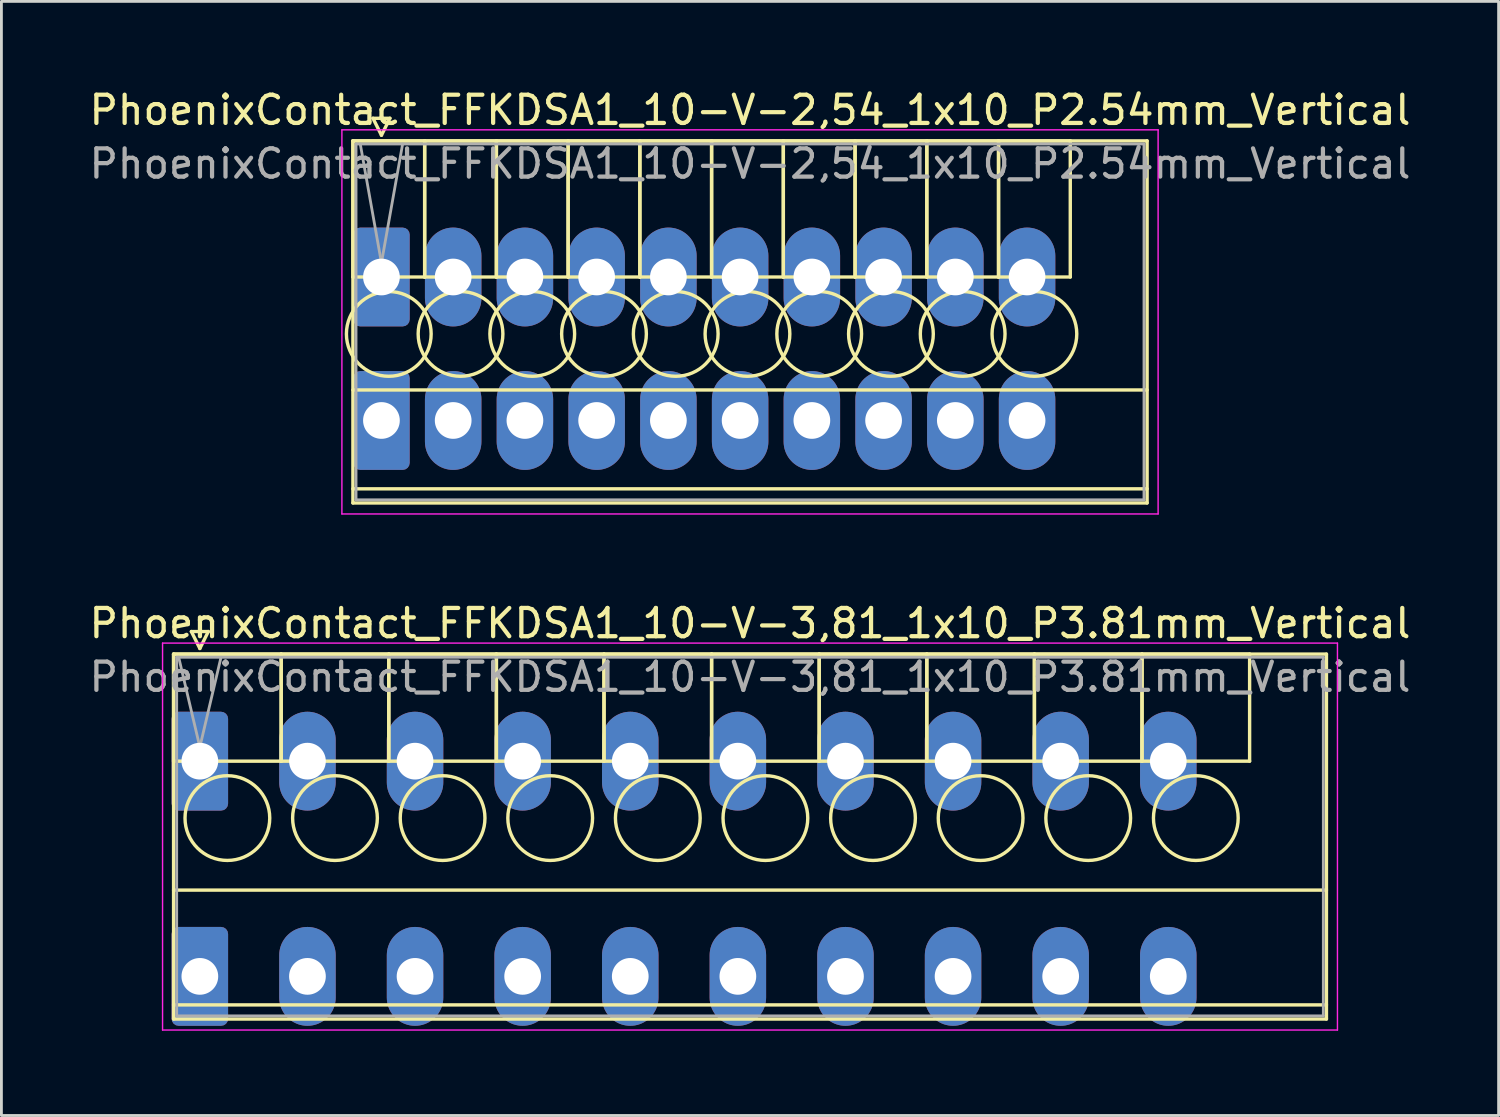
<source format=kicad_pcb>
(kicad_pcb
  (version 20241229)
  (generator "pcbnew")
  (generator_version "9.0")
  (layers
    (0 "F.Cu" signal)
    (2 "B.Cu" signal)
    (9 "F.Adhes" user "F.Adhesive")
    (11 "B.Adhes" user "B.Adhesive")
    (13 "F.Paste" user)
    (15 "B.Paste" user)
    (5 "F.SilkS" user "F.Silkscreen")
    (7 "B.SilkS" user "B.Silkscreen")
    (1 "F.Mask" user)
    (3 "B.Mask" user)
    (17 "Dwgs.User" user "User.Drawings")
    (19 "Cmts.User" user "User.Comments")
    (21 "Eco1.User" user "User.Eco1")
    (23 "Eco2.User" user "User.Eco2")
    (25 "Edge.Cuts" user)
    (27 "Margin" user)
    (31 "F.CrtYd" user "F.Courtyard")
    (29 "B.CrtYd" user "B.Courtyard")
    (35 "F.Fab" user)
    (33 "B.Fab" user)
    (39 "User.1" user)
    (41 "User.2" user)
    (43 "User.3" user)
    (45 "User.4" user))
  (footprint "PhoenixContact_FFKDSA1_10-V-2,54_1x10_P2.54mm_Vertical"
    (layer "F.Cu")
    (at 10.456 6.758)
    (property "Reference" "PhoenixContact_FFKDSA1_10-V-2,54_1x10_P2.54mm_Vertical" (at 13.05 -5.91 0) (layer "F.SilkS") (effects (font (size 1 1) (thickness 0.15))))
    (attr through_hole)
    (fp_line (start -1.01 -4.82) (end -1.01 0) (stroke (width 0.12) (type solid)) (layer "F.SilkS"))
    (fp_line (start -1.01 -4.82) (end -1.01 8) (stroke (width 0.12) (type solid)) (layer "F.SilkS"))
    (fp_line (start -1.01 0) (end 1.53 0) (stroke (width 0.12) (type solid)) (layer "F.SilkS"))
    (fp_line (start -1.01 4) (end 27.11 4) (stroke (width 0.12) (type solid)) (layer "F.SilkS"))
    (fp_line (start -1.01 7.5) (end 27.11 7.5) (stroke (width 0.12) (type solid)) (layer "F.SilkS"))
    (fp_line (start -1.01 8) (end 27.11 8) (stroke (width 0.12) (type solid)) (layer "F.SilkS"))
    (fp_line (start -0.3 -5.62) (end 0.3 -5.62) (stroke (width 0.12) (type solid)) (layer "F.SilkS"))
    (fp_line (start 0 -5.02) (end -0.3 -5.62) (stroke (width 0.12) (type solid)) (layer "F.SilkS"))
    (fp_line (start 0.3 -5.62) (end 0 -5.02) (stroke (width 0.12) (type solid)) (layer "F.SilkS"))
    (fp_line (start 1.53 -4.82) (end -1.01 -4.82) (stroke (width 0.12) (type solid)) (layer "F.SilkS"))
    (fp_line (start 1.53 -4.82) (end 1.53 0) (stroke (width 0.12) (type solid)) (layer "F.SilkS"))
    (fp_line (start 1.53 0) (end 1.53 -4.82) (stroke (width 0.12) (type solid)) (layer "F.SilkS"))
    (fp_line (start 1.53 0) (end 4.07 0) (stroke (width 0.12) (type solid)) (layer "F.SilkS"))
    (fp_line (start 4.07 -4.82) (end 1.53 -4.82) (stroke (width 0.12) (type solid)) (layer "F.SilkS"))
    (fp_line (start 4.07 -4.82) (end 4.07 0) (stroke (width 0.12) (type solid)) (layer "F.SilkS"))
    (fp_line (start 4.07 0) (end 4.07 -4.82) (stroke (width 0.12) (type solid)) (layer "F.SilkS"))
    (fp_line (start 4.07 0) (end 6.61 0) (stroke (width 0.12) (type solid)) (layer "F.SilkS"))
    (fp_line (start 6.61 -4.82) (end 4.07 -4.82) (stroke (width 0.12) (type solid)) (layer "F.SilkS"))
    (fp_line (start 6.61 -4.82) (end 6.61 0) (stroke (width 0.12) (type solid)) (layer "F.SilkS"))
    (fp_line (start 6.61 0) (end 6.61 -4.82) (stroke (width 0.12) (type solid)) (layer "F.SilkS"))
    (fp_line (start 6.61 0) (end 9.15 0) (stroke (width 0.12) (type solid)) (layer "F.SilkS"))
    (fp_line (start 9.15 -4.82) (end 6.61 -4.82) (stroke (width 0.12) (type solid)) (layer "F.SilkS"))
    (fp_line (start 9.15 -4.82) (end 9.15 0) (stroke (width 0.12) (type solid)) (layer "F.SilkS"))
    (fp_line (start 9.15 0) (end 9.15 -4.82) (stroke (width 0.12) (type solid)) (layer "F.SilkS"))
    (fp_line (start 9.15 0) (end 11.69 0) (stroke (width 0.12) (type solid)) (layer "F.SilkS"))
    (fp_line (start 11.69 -4.82) (end 9.15 -4.82) (stroke (width 0.12) (type solid)) (layer "F.SilkS"))
    (fp_line (start 11.69 -4.82) (end 11.69 0) (stroke (width 0.12) (type solid)) (layer "F.SilkS"))
    (fp_line (start 11.69 0) (end 11.69 -4.82) (stroke (width 0.12) (type solid)) (layer "F.SilkS"))
    (fp_line (start 11.69 0) (end 14.23 0) (stroke (width 0.12) (type solid)) (layer "F.SilkS"))
    (fp_line (start 14.23 -4.82) (end 11.69 -4.82) (stroke (width 0.12) (type solid)) (layer "F.SilkS"))
    (fp_line (start 14.23 -4.82) (end 14.23 0) (stroke (width 0.12) (type solid)) (layer "F.SilkS"))
    (fp_line (start 14.23 0) (end 14.23 -4.82) (stroke (width 0.12) (type solid)) (layer "F.SilkS"))
    (fp_line (start 14.23 0) (end 16.77 0) (stroke (width 0.12) (type solid)) (layer "F.SilkS"))
    (fp_line (start 16.77 -4.82) (end 14.23 -4.82) (stroke (width 0.12) (type solid)) (layer "F.SilkS"))
    (fp_line (start 16.77 -4.82) (end 16.77 0) (stroke (width 0.12) (type solid)) (layer "F.SilkS"))
    (fp_line (start 16.77 0) (end 16.77 -4.82) (stroke (width 0.12) (type solid)) (layer "F.SilkS"))
    (fp_line (start 16.77 0) (end 19.31 0) (stroke (width 0.12) (type solid)) (layer "F.SilkS"))
    (fp_line (start 19.31 -4.82) (end 16.77 -4.82) (stroke (width 0.12) (type solid)) (layer "F.SilkS"))
    (fp_line (start 19.31 -4.82) (end 19.31 0) (stroke (width 0.12) (type solid)) (layer "F.SilkS"))
    (fp_line (start 19.31 0) (end 19.31 -4.82) (stroke (width 0.12) (type solid)) (layer "F.SilkS"))
    (fp_line (start 19.31 0) (end 21.85 0) (stroke (width 0.12) (type solid)) (layer "F.SilkS"))
    (fp_line (start 21.85 -4.82) (end 19.31 -4.82) (stroke (width 0.12) (type solid)) (layer "F.SilkS"))
    (fp_line (start 21.85 -4.82) (end 21.85 0) (stroke (width 0.12) (type solid)) (layer "F.SilkS"))
    (fp_line (start 21.85 0) (end 21.85 -4.82) (stroke (width 0.12) (type solid)) (layer "F.SilkS"))
    (fp_line (start 21.85 0) (end 24.39 0) (stroke (width 0.12) (type solid)) (layer "F.SilkS"))
    (fp_line (start 24.39 -4.82) (end 21.85 -4.82) (stroke (width 0.12) (type solid)) (layer "F.SilkS"))
    (fp_line (start 24.39 0) (end 24.39 -4.82) (stroke (width 0.12) (type solid)) (layer "F.SilkS"))
    (fp_line (start 27.11 -4.82) (end -1.01 -4.82) (stroke (width 0.12) (type solid)) (layer "F.SilkS"))
    (fp_line (start 27.11 8) (end 27.11 -4.82) (stroke (width 0.12) (type solid)) (layer "F.SilkS"))
    (fp_circle (center 0.26 2.015) (end 1.76 2.015) (stroke (width 0.12) (type solid)) (fill no) (layer "F.SilkS"))
    (fp_circle (center 2.8 2.015) (end 4.3 2.015) (stroke (width 0.12) (type solid)) (fill no) (layer "F.SilkS"))
    (fp_circle (center 5.34 2.015) (end 6.84 2.015) (stroke (width 0.12) (type solid)) (fill no) (layer "F.SilkS"))
    (fp_circle (center 7.88 2.015) (end 9.38 2.015) (stroke (width 0.12) (type solid)) (fill no) (layer "F.SilkS"))
    (fp_circle (center 10.42 2.015) (end 11.92 2.015) (stroke (width 0.12) (type solid)) (fill no) (layer "F.SilkS"))
    (fp_circle (center 12.96 2.015) (end 14.46 2.015) (stroke (width 0.12) (type solid)) (fill no) (layer "F.SilkS"))
    (fp_circle (center 15.5 2.015) (end 17 2.015) (stroke (width 0.12) (type solid)) (fill no) (layer "F.SilkS"))
    (fp_circle (center 18.04 2.015) (end 19.54 2.015) (stroke (width 0.12) (type solid)) (fill no) (layer "F.SilkS"))
    (fp_circle (center 20.58 2.015) (end 22.08 2.015) (stroke (width 0.12) (type solid)) (fill no) (layer "F.SilkS"))
    (fp_circle (center 23.12 2.015) (end 24.62 2.015) (stroke (width 0.12) (type solid)) (fill no) (layer "F.SilkS"))
    (fp_line (start -1.4 -5.21) (end -1.4 8.39) (stroke (width 0.05) (type solid)) (layer "F.CrtYd"))
    (fp_line (start -1.4 8.39) (end 27.5 8.39) (stroke (width 0.05) (type solid)) (layer "F.CrtYd"))
    (fp_line (start 27.5 -5.21) (end -1.4 -5.21) (stroke (width 0.05) (type solid)) (layer "F.CrtYd"))
    (fp_line (start 27.5 8.39) (end 27.5 -5.21) (stroke (width 0.05) (type solid)) (layer "F.CrtYd"))
    (fp_line (start -0.9 -4.71) (end -0.9 7.89) (stroke (width 0.1) (type solid)) (layer "F.Fab"))
    (fp_line (start -0.9 7.89) (end 27 7.89) (stroke (width 0.1) (type solid)) (layer "F.Fab"))
    (fp_line (start 0 -0.5) (end -0.75 -4.71) (stroke (width 0.1) (type solid)) (layer "F.Fab"))
    (fp_line (start 0.75 -4.71) (end 0 -0.5) (stroke (width 0.1) (type solid)) (layer "F.Fab"))
    (fp_line (start 27 -4.71) (end -0.9 -4.71) (stroke (width 0.1) (type solid)) (layer "F.Fab"))
    (fp_line (start 27 7.89) (end 27 -4.71) (stroke (width 0.1) (type solid)) (layer "F.Fab"))
    (fp_text user "${REFERENCE}" (at 13.05 -4.01 0) (layer "F.Fab") (effects (font (size 1 1) (thickness 0.15))))
    (pad "1" thru_hole roundrect (at 0 0) (size 2 3.5) (drill 1.3) (layers "*.Cu" "*.Mask") (roundrect_rratio 0.125))
    (pad "1" thru_hole roundrect (at 0 5.08) (size 2 3.5) (drill 1.3) (layers "*.Cu" "*.Mask") (roundrect_rratio 0.125))
    (pad "2" thru_hole oval (at 2.54 0) (size 2 3.5) (drill 1.3) (layers "*.Cu" "*.Mask"))
    (pad "2" thru_hole oval (at 2.54 5.08) (size 2 3.5) (drill 1.3) (layers "*.Cu" "*.Mask"))
    (pad "3" thru_hole oval (at 5.08 0) (size 2 3.5) (drill 1.3) (layers "*.Cu" "*.Mask"))
    (pad "3" thru_hole oval (at 5.08 5.08) (size 2 3.5) (drill 1.3) (layers "*.Cu" "*.Mask"))
    (pad "4" thru_hole oval (at 7.62 0) (size 2 3.5) (drill 1.3) (layers "*.Cu" "*.Mask"))
    (pad "4" thru_hole oval (at 7.62 5.08) (size 2 3.5) (drill 1.3) (layers "*.Cu" "*.Mask"))
    (pad "5" thru_hole oval (at 10.16 0) (size 2 3.5) (drill 1.3) (layers "*.Cu" "*.Mask"))
    (pad "5" thru_hole oval (at 10.16 5.08) (size 2 3.5) (drill 1.3) (layers "*.Cu" "*.Mask"))
    (pad "6" thru_hole oval (at 12.7 0) (size 2 3.5) (drill 1.3) (layers "*.Cu" "*.Mask"))
    (pad "6" thru_hole oval (at 12.7 5.08) (size 2 3.5) (drill 1.3) (layers "*.Cu" "*.Mask"))
    (pad "7" thru_hole oval (at 15.24 0) (size 2 3.5) (drill 1.3) (layers "*.Cu" "*.Mask"))
    (pad "7" thru_hole oval (at 15.24 5.08) (size 2 3.5) (drill 1.3) (layers "*.Cu" "*.Mask"))
    (pad "8" thru_hole oval (at 17.78 0) (size 2 3.5) (drill 1.3) (layers "*.Cu" "*.Mask"))
    (pad "8" thru_hole oval (at 17.78 5.08) (size 2 3.5) (drill 1.3) (layers "*.Cu" "*.Mask"))
    (pad "9" thru_hole oval (at 20.32 0) (size 2 3.5) (drill 1.3) (layers "*.Cu" "*.Mask"))
    (pad "9" thru_hole oval (at 20.32 5.08) (size 2 3.5) (drill 1.3) (layers "*.Cu" "*.Mask"))
    (pad "10" thru_hole oval (at 22.86 0) (size 2 3.5) (drill 1.3) (layers "*.Cu" "*.Mask"))
    (pad "10" thru_hole oval (at 22.86 5.08) (size 2 3.5) (drill 1.3) (layers "*.Cu" "*.Mask")))
  (footprint "PhoenixContact_FFKDSA1_10-V-3,81_1x10_P3.81mm_Vertical"
    (layer "F.Cu")
    (at 4.026 23.901)
    (property "Reference" "PhoenixContact_FFKDSA1_10-V-3,81_1x10_P3.81mm_Vertical" (at 19.48 -4.88 0) (layer "F.SilkS") (effects (font (size 1 1) (thickness 0.15))))
    (attr through_hole)
    (fp_line (start -0.93 -3.79) (end -0.93 0) (stroke (width 0.12) (type solid)) (layer "F.SilkS"))
    (fp_line (start -0.93 -3.79) (end -0.93 9.13) (stroke (width 0.12) (type solid)) (layer "F.SilkS"))
    (fp_line (start -0.93 0) (end 2.88 0) (stroke (width 0.12) (type solid)) (layer "F.SilkS"))
    (fp_line (start -0.93 4.565) (end 39.89 4.565) (stroke (width 0.12) (type solid)) (layer "F.SilkS"))
    (fp_line (start -0.93 8.63) (end 39.89 8.63) (stroke (width 0.12) (type solid)) (layer "F.SilkS"))
    (fp_line (start -0.93 9.13) (end 39.89 9.13) (stroke (width 0.12) (type solid)) (layer "F.SilkS"))
    (fp_line (start -0.3 -4.59) (end 0.3 -4.59) (stroke (width 0.12) (type solid)) (layer "F.SilkS"))
    (fp_line (start 0 -3.99) (end -0.3 -4.59) (stroke (width 0.12) (type solid)) (layer "F.SilkS"))
    (fp_line (start 0.3 -4.59) (end 0 -3.99) (stroke (width 0.12) (type solid)) (layer "F.SilkS"))
    (fp_line (start 2.88 -3.79) (end -0.93 -3.79) (stroke (width 0.12) (type solid)) (layer "F.SilkS"))
    (fp_line (start 2.88 -3.79) (end 2.88 0) (stroke (width 0.12) (type solid)) (layer "F.SilkS"))
    (fp_line (start 2.88 0) (end 2.88 -3.79) (stroke (width 0.12) (type solid)) (layer "F.SilkS"))
    (fp_line (start 2.88 0) (end 6.69 0) (stroke (width 0.12) (type solid)) (layer "F.SilkS"))
    (fp_line (start 6.69 -3.79) (end 2.88 -3.79) (stroke (width 0.12) (type solid)) (layer "F.SilkS"))
    (fp_line (start 6.69 -3.79) (end 6.69 0) (stroke (width 0.12) (type solid)) (layer "F.SilkS"))
    (fp_line (start 6.69 0) (end 6.69 -3.79) (stroke (width 0.12) (type solid)) (layer "F.SilkS"))
    (fp_line (start 6.69 0) (end 10.5 0) (stroke (width 0.12) (type solid)) (layer "F.SilkS"))
    (fp_line (start 10.5 -3.79) (end 6.69 -3.79) (stroke (width 0.12) (type solid)) (layer "F.SilkS"))
    (fp_line (start 10.5 -3.79) (end 10.5 0) (stroke (width 0.12) (type solid)) (layer "F.SilkS"))
    (fp_line (start 10.5 0) (end 10.5 -3.79) (stroke (width 0.12) (type solid)) (layer "F.SilkS"))
    (fp_line (start 10.5 0) (end 14.31 0) (stroke (width 0.12) (type solid)) (layer "F.SilkS"))
    (fp_line (start 14.31 -3.79) (end 10.5 -3.79) (stroke (width 0.12) (type solid)) (layer "F.SilkS"))
    (fp_line (start 14.31 -3.79) (end 14.31 0) (stroke (width 0.12) (type solid)) (layer "F.SilkS"))
    (fp_line (start 14.31 0) (end 14.31 -3.79) (stroke (width 0.12) (type solid)) (layer "F.SilkS"))
    (fp_line (start 14.31 0) (end 18.12 0) (stroke (width 0.12) (type solid)) (layer "F.SilkS"))
    (fp_line (start 18.12 -3.79) (end 14.31 -3.79) (stroke (width 0.12) (type solid)) (layer "F.SilkS"))
    (fp_line (start 18.12 -3.79) (end 18.12 0) (stroke (width 0.12) (type solid)) (layer "F.SilkS"))
    (fp_line (start 18.12 0) (end 18.12 -3.79) (stroke (width 0.12) (type solid)) (layer "F.SilkS"))
    (fp_line (start 18.12 0) (end 21.93 0) (stroke (width 0.12) (type solid)) (layer "F.SilkS"))
    (fp_line (start 21.93 -3.79) (end 18.12 -3.79) (stroke (width 0.12) (type solid)) (layer "F.SilkS"))
    (fp_line (start 21.93 -3.79) (end 21.93 0) (stroke (width 0.12) (type solid)) (layer "F.SilkS"))
    (fp_line (start 21.93 0) (end 21.93 -3.79) (stroke (width 0.12) (type solid)) (layer "F.SilkS"))
    (fp_line (start 21.93 0) (end 25.74 0) (stroke (width 0.12) (type solid)) (layer "F.SilkS"))
    (fp_line (start 25.74 -3.79) (end 21.93 -3.79) (stroke (width 0.12) (type solid)) (layer "F.SilkS"))
    (fp_line (start 25.74 -3.79) (end 25.74 0) (stroke (width 0.12) (type solid)) (layer "F.SilkS"))
    (fp_line (start 25.74 0) (end 25.74 -3.79) (stroke (width 0.12) (type solid)) (layer "F.SilkS"))
    (fp_line (start 25.74 0) (end 29.55 0) (stroke (width 0.12) (type solid)) (layer "F.SilkS"))
    (fp_line (start 29.55 -3.79) (end 25.74 -3.79) (stroke (width 0.12) (type solid)) (layer "F.SilkS"))
    (fp_line (start 29.55 -3.79) (end 29.55 0) (stroke (width 0.12) (type solid)) (layer "F.SilkS"))
    (fp_line (start 29.55 0) (end 29.55 -3.79) (stroke (width 0.12) (type solid)) (layer "F.SilkS"))
    (fp_line (start 29.55 0) (end 33.36 0) (stroke (width 0.12) (type solid)) (layer "F.SilkS"))
    (fp_line (start 33.36 -3.79) (end 29.55 -3.79) (stroke (width 0.12) (type solid)) (layer "F.SilkS"))
    (fp_line (start 33.36 -3.79) (end 33.36 0) (stroke (width 0.12) (type solid)) (layer "F.SilkS"))
    (fp_line (start 33.36 0) (end 33.36 -3.79) (stroke (width 0.12) (type solid)) (layer "F.SilkS"))
    (fp_line (start 33.36 0) (end 37.17 0) (stroke (width 0.12) (type solid)) (layer "F.SilkS"))
    (fp_line (start 37.17 -3.79) (end 33.36 -3.79) (stroke (width 0.12) (type solid)) (layer "F.SilkS"))
    (fp_line (start 37.17 0) (end 37.17 -3.79) (stroke (width 0.12) (type solid)) (layer "F.SilkS"))
    (fp_line (start 39.89 -3.79) (end -0.93 -3.79) (stroke (width 0.12) (type solid)) (layer "F.SilkS"))
    (fp_line (start 39.89 9.13) (end 39.89 -3.79) (stroke (width 0.12) (type solid)) (layer "F.SilkS"))
    (fp_circle (center 0.975 2.015) (end 2.475 2.015) (stroke (width 0.12) (type solid)) (fill no) (layer "F.SilkS"))
    (fp_circle (center 4.785 2.015) (end 6.285 2.015) (stroke (width 0.12) (type solid)) (fill no) (layer "F.SilkS"))
    (fp_circle (center 8.595 2.015) (end 10.095 2.015) (stroke (width 0.12) (type solid)) (fill no) (layer "F.SilkS"))
    (fp_circle (center 12.405 2.015) (end 13.905 2.015) (stroke (width 0.12) (type solid)) (fill no) (layer "F.SilkS"))
    (fp_circle (center 16.215 2.015) (end 17.715 2.015) (stroke (width 0.12) (type solid)) (fill no) (layer "F.SilkS"))
    (fp_circle (center 20.025 2.015) (end 21.525 2.015) (stroke (width 0.12) (type solid)) (fill no) (layer "F.SilkS"))
    (fp_circle (center 23.835 2.015) (end 25.335 2.015) (stroke (width 0.12) (type solid)) (fill no) (layer "F.SilkS"))
    (fp_circle (center 27.645 2.015) (end 29.145 2.015) (stroke (width 0.12) (type solid)) (fill no) (layer "F.SilkS"))
    (fp_circle (center 31.455 2.015) (end 32.955 2.015) (stroke (width 0.12) (type solid)) (fill no) (layer "F.SilkS"))
    (fp_circle (center 35.265 2.015) (end 36.765 2.015) (stroke (width 0.12) (type solid)) (fill no) (layer "F.SilkS"))
    (fp_line (start -1.32 -4.18) (end -1.32 9.52) (stroke (width 0.05) (type solid)) (layer "F.CrtYd"))
    (fp_line (start -1.32 9.52) (end 40.28 9.52) (stroke (width 0.05) (type solid)) (layer "F.CrtYd"))
    (fp_line (start 40.28 -4.18) (end -1.32 -4.18) (stroke (width 0.05) (type solid)) (layer "F.CrtYd"))
    (fp_line (start 40.28 9.52) (end 40.28 -4.18) (stroke (width 0.05) (type solid)) (layer "F.CrtYd"))
    (fp_line (start -0.82 -3.68) (end -0.82 9.02) (stroke (width 0.1) (type solid)) (layer "F.Fab"))
    (fp_line (start -0.82 9.02) (end 39.78 9.02) (stroke (width 0.1) (type solid)) (layer "F.Fab"))
    (fp_line (start 0 -0.5) (end -0.75 -3.68) (stroke (width 0.1) (type solid)) (layer "F.Fab"))
    (fp_line (start 0.75 -3.68) (end 0 -0.5) (stroke (width 0.1) (type solid)) (layer "F.Fab"))
    (fp_line (start 39.78 -3.68) (end -0.82 -3.68) (stroke (width 0.1) (type solid)) (layer "F.Fab"))
    (fp_line (start 39.78 9.02) (end 39.78 -3.68) (stroke (width 0.1) (type solid)) (layer "F.Fab"))
    (fp_text user "${REFERENCE}" (at 19.48 -2.98 0) (layer "F.Fab") (effects (font (size 1 1) (thickness 0.15))))
    (pad "1" thru_hole roundrect (at 0 0) (size 2 3.5) (drill 1.3) (layers "*.Cu" "*.Mask") (roundrect_rratio 0.125))
    (pad "1" thru_hole roundrect (at 0 7.62) (size 2 3.5) (drill 1.3) (layers "*.Cu" "*.Mask") (roundrect_rratio 0.125))
    (pad "2" thru_hole oval (at 3.81 0) (size 2 3.5) (drill 1.3) (layers "*.Cu" "*.Mask"))
    (pad "2" thru_hole oval (at 3.81 7.62) (size 2 3.5) (drill 1.3) (layers "*.Cu" "*.Mask"))
    (pad "3" thru_hole oval (at 7.62 0) (size 2 3.5) (drill 1.3) (layers "*.Cu" "*.Mask"))
    (pad "3" thru_hole oval (at 7.62 7.62) (size 2 3.5) (drill 1.3) (layers "*.Cu" "*.Mask"))
    (pad "4" thru_hole oval (at 11.43 0) (size 2 3.5) (drill 1.3) (layers "*.Cu" "*.Mask"))
    (pad "4" thru_hole oval (at 11.43 7.62) (size 2 3.5) (drill 1.3) (layers "*.Cu" "*.Mask"))
    (pad "5" thru_hole oval (at 15.24 0) (size 2 3.5) (drill 1.3) (layers "*.Cu" "*.Mask"))
    (pad "5" thru_hole oval (at 15.24 7.62) (size 2 3.5) (drill 1.3) (layers "*.Cu" "*.Mask"))
    (pad "6" thru_hole oval (at 19.05 0) (size 2 3.5) (drill 1.3) (layers "*.Cu" "*.Mask"))
    (pad "6" thru_hole oval (at 19.05 7.62) (size 2 3.5) (drill 1.3) (layers "*.Cu" "*.Mask"))
    (pad "7" thru_hole oval (at 22.86 0) (size 2 3.5) (drill 1.3) (layers "*.Cu" "*.Mask"))
    (pad "7" thru_hole oval (at 22.86 7.62) (size 2 3.5) (drill 1.3) (layers "*.Cu" "*.Mask"))
    (pad "8" thru_hole oval (at 26.67 0) (size 2 3.5) (drill 1.3) (layers "*.Cu" "*.Mask"))
    (pad "8" thru_hole oval (at 26.67 7.62) (size 2 3.5) (drill 1.3) (layers "*.Cu" "*.Mask"))
    (pad "9" thru_hole oval (at 30.48 0) (size 2 3.5) (drill 1.3) (layers "*.Cu" "*.Mask"))
    (pad "9" thru_hole oval (at 30.48 7.62) (size 2 3.5) (drill 1.3) (layers "*.Cu" "*.Mask"))
    (pad "10" thru_hole oval (at 34.29 0) (size 2 3.5) (drill 1.3) (layers "*.Cu" "*.Mask"))
    (pad "10" thru_hole oval (at 34.29 7.62) (size 2 3.5) (drill 1.3) (layers "*.Cu" "*.Mask")))
  (gr_rect
    (start -3 -3)
    (end 50.012 36.447)
    (stroke (width 0.1) (type default))
    (fill no)
    (layer "Edge.Cuts")))
</source>
